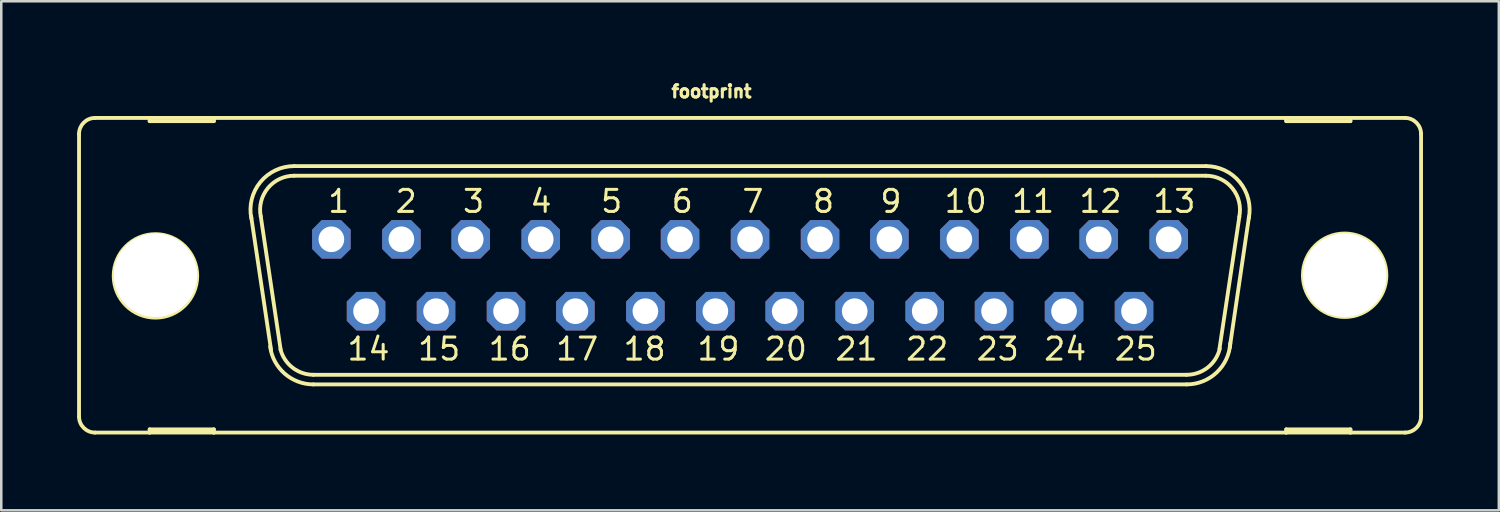
<source format=kicad_pcb>
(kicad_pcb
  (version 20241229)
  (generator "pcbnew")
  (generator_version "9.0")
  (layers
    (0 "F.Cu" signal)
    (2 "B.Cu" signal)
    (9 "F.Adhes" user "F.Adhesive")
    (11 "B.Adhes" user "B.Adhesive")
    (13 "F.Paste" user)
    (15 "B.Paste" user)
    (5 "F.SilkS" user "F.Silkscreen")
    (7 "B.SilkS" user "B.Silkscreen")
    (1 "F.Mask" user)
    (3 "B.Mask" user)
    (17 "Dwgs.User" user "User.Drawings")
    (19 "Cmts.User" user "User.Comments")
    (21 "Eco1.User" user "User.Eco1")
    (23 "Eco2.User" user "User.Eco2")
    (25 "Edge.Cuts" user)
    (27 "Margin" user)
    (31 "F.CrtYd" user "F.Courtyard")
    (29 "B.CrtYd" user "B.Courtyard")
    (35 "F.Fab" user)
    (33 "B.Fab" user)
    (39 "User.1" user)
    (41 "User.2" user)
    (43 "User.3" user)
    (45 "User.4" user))
  (footprint "footprint"
    (layer "F.Cu")
    (at 26.619 7.838)
    (property "Reference" "footprint" (at -3.175 -6.985 0) (layer "F.SilkS") (effects (font (size 0.488 0.488) (thickness 0.122)) (justify left bottom)))
    (fp_line (start -26.543 -5.588) (end -26.543 5.588) (stroke (width 0.152) (type solid)) (layer "F.SilkS"))
    (fp_line (start -25.908 6.223) (end -23.749 6.223) (stroke (width 0.152) (type solid)) (layer "F.SilkS"))
    (fp_line (start -23.749 -6.223) (end -25.908 -6.223) (stroke (width 0.152) (type solid)) (layer "F.SilkS"))
    (fp_line (start -23.749 -6.223) (end -23.749 -6.096) (stroke (width 0.152) (type solid)) (layer "F.SilkS"))
    (fp_line (start -23.749 -6.096) (end -21.209 -6.096) (stroke (width 0.152) (type solid)) (layer "F.SilkS"))
    (fp_line (start -23.749 6.096) (end -21.209 6.096) (stroke (width 0.152) (type solid)) (layer "F.SilkS"))
    (fp_line (start -23.749 6.223) (end -23.749 6.096) (stroke (width 0.152) (type solid)) (layer "F.SilkS"))
    (fp_line (start -23.749 6.223) (end -21.209 6.223) (stroke (width 0.152) (type solid)) (layer "F.SilkS"))
    (fp_line (start -21.209 -6.223) (end -23.749 -6.223) (stroke (width 0.152) (type solid)) (layer "F.SilkS"))
    (fp_line (start -21.209 -6.096) (end -21.209 -6.223) (stroke (width 0.152) (type solid)) (layer "F.SilkS"))
    (fp_line (start -21.209 6.096) (end -21.209 6.223) (stroke (width 0.152) (type solid)) (layer "F.SilkS"))
    (fp_line (start -21.209 6.223) (end 21.209 6.223) (stroke (width 0.152) (type solid)) (layer "F.SilkS"))
    (fp_line (start -18.948 2.946) (end -19.736 -2.337) (stroke (width 0.152) (type solid)) (layer "F.SilkS"))
    (fp_line (start -18.567 2.946) (end -19.355 -2.337) (stroke (width 0.152) (type solid)) (layer "F.SilkS"))
    (fp_line (start -18.034 -4.318) (end 18.034 -4.318) (stroke (width 0.152) (type solid)) (layer "F.SilkS"))
    (fp_line (start -18.034 -3.937) (end 18.034 -3.937) (stroke (width 0.152) (type solid)) (layer "F.SilkS"))
    (fp_line (start -17.272 3.937) (end 17.272 3.937) (stroke (width 0.152) (type solid)) (layer "F.SilkS"))
    (fp_line (start -17.272 4.318) (end 17.272 4.318) (stroke (width 0.152) (type solid)) (layer "F.SilkS"))
    (fp_line (start 19.355 -2.311) (end 18.567 2.921) (stroke (width 0.152) (type solid)) (layer "F.SilkS"))
    (fp_line (start 19.736 -2.311) (end 18.974 2.87) (stroke (width 0.152) (type solid)) (layer "F.SilkS"))
    (fp_line (start 21.209 -6.223) (end -21.209 -6.223) (stroke (width 0.152) (type solid)) (layer "F.SilkS"))
    (fp_line (start 21.209 -6.223) (end 21.209 -6.096) (stroke (width 0.152) (type solid)) (layer "F.SilkS"))
    (fp_line (start 21.209 -6.096) (end 23.749 -6.096) (stroke (width 0.152) (type solid)) (layer "F.SilkS"))
    (fp_line (start 21.209 6.096) (end 23.749 6.096) (stroke (width 0.152) (type solid)) (layer "F.SilkS"))
    (fp_line (start 21.209 6.223) (end 21.209 6.096) (stroke (width 0.152) (type solid)) (layer "F.SilkS"))
    (fp_line (start 21.209 6.223) (end 23.749 6.223) (stroke (width 0.152) (type solid)) (layer "F.SilkS"))
    (fp_line (start 23.749 -6.223) (end 21.209 -6.223) (stroke (width 0.152) (type solid)) (layer "F.SilkS"))
    (fp_line (start 23.749 -6.096) (end 23.749 -6.223) (stroke (width 0.152) (type solid)) (layer "F.SilkS"))
    (fp_line (start 23.749 6.096) (end 23.749 6.223) (stroke (width 0.152) (type solid)) (layer "F.SilkS"))
    (fp_line (start 23.749 6.223) (end 25.908 6.223) (stroke (width 0.152) (type solid)) (layer "F.SilkS"))
    (fp_line (start 25.908 -6.223) (end 23.749 -6.223) (stroke (width 0.152) (type solid)) (layer "F.SilkS"))
    (fp_line (start 26.543 -5.588) (end 26.543 5.588) (stroke (width 0.152) (type solid)) (layer "F.SilkS"))
    (fp_arc (start -26.543 -5.588) (mid -26.357013 -6.037013) (end -25.908 -6.223) (stroke (width 0.1524) (type solid)) (layer "F.SilkS"))
    (fp_arc (start -25.908 6.223) (mid -26.357013 6.037013) (end -26.543 5.588) (stroke (width 0.1524) (type solid)) (layer "F.SilkS"))
    (fp_arc (start -19.7277 -2.2521) (mid -19.369716 -3.685842) (end -18.033998 -4.318) (stroke (width 0.1524) (type solid)) (layer "F.SilkS"))
    (fp_arc (start -19.3541 -2.3268) (mid -19.075082 -3.444284) (end -18.034 -3.937) (stroke (width 0.1524) (type solid)) (layer "F.SilkS"))
    (fp_arc (start -17.272 3.937) (mid -18.0955 3.655745) (end -18.5749 2.9295) (stroke (width 0.1524) (type solid)) (layer "F.SilkS"))
    (fp_arc (start -17.271999 4.318001) (mid -18.409711 3.890313) (end -18.984 2.8191) (stroke (width 0.1524) (type solid)) (layer "F.SilkS"))
    (fp_arc (start 18.034 -4.318) (mid 19.369813 -3.685866) (end 19.727999 -2.252098) (stroke (width 0.1524) (type solid)) (layer "F.SilkS"))
    (fp_arc (start 18.034 -3.937) (mid 19.082557 -3.435183) (end 19.349499 -2.303798) (stroke (width 0.1524) (type solid)) (layer "F.SilkS"))
    (fp_arc (start 18.580701 2.904999) (mid 18.105257 3.647874) (end 17.272 3.937) (stroke (width 0.1524) (type solid)) (layer "F.SilkS"))
    (fp_arc (start 18.9963 2.6849) (mid 18.459366 3.844828) (end 17.272 4.318) (stroke (width 0.1524) (type solid)) (layer "F.SilkS"))
    (fp_arc (start 25.908 -6.223) (mid 26.357013 -6.037013) (end 26.543 -5.588) (stroke (width 0.1524) (type solid)) (layer "F.SilkS"))
    (fp_arc (start 26.543 5.588) (mid 26.357013 6.037013) (end 25.908 6.223) (stroke (width 0.1524) (type solid)) (layer "F.SilkS"))
    (fp_circle (center -23.52 0.025) (end -21.869 0.025) (stroke (width 0.152) (type solid)) (fill no) (layer "F.SilkS"))
    (fp_circle (center 23.52 0) (end 25.171 0) (stroke (width 0.152) (type solid)) (fill no) (layer "F.SilkS"))
    (fp_circle (center -16.561 -1.422) (end -16.307 -1.422) (stroke (width 0.406) (type solid)) (fill no) (layer "F.Fab"))
    (fp_circle (center -15.189 1.422) (end -14.935 1.422) (stroke (width 0.406) (type solid)) (fill no) (layer "F.Fab"))
    (fp_circle (center -13.792 -1.422) (end -13.538 -1.422) (stroke (width 0.406) (type solid)) (fill no) (layer "F.Fab"))
    (fp_circle (center -12.421 1.422) (end -12.167 1.422) (stroke (width 0.406) (type solid)) (fill no) (layer "F.Fab"))
    (fp_circle (center -11.049 -1.422) (end -10.795 -1.422) (stroke (width 0.406) (type solid)) (fill no) (layer "F.Fab"))
    (fp_circle (center -9.652 1.422) (end -9.398 1.422) (stroke (width 0.406) (type solid)) (fill no) (layer "F.Fab"))
    (fp_circle (center -8.28 -1.422) (end -8.026 -1.422) (stroke (width 0.406) (type solid)) (fill no) (layer "F.Fab"))
    (fp_circle (center -6.909 1.422) (end -6.655 1.422) (stroke (width 0.406) (type solid)) (fill no) (layer "F.Fab"))
    (fp_circle (center -5.512 -1.422) (end -5.258 -1.422) (stroke (width 0.406) (type solid)) (fill no) (layer "F.Fab"))
    (fp_circle (center -4.14 1.422) (end -3.886 1.422) (stroke (width 0.406) (type solid)) (fill no) (layer "F.Fab"))
    (fp_circle (center -2.769 -1.422) (end -2.515 -1.422) (stroke (width 0.406) (type solid)) (fill no) (layer "F.Fab"))
    (fp_circle (center -1.372 1.422) (end -1.118 1.422) (stroke (width 0.406) (type solid)) (fill no) (layer "F.Fab"))
    (fp_circle (center 0 -1.422) (end 0.254 -1.422) (stroke (width 0.406) (type solid)) (fill no) (layer "F.Fab"))
    (fp_circle (center 1.372 1.422) (end 1.626 1.422) (stroke (width 0.406) (type solid)) (fill no) (layer "F.Fab"))
    (fp_circle (center 2.769 -1.422) (end 3.023 -1.422) (stroke (width 0.406) (type solid)) (fill no) (layer "F.Fab"))
    (fp_circle (center 4.14 1.422) (end 4.394 1.422) (stroke (width 0.406) (type solid)) (fill no) (layer "F.Fab"))
    (fp_circle (center 5.512 -1.422) (end 5.766 -1.422) (stroke (width 0.406) (type solid)) (fill no) (layer "F.Fab"))
    (fp_circle (center 6.909 1.422) (end 7.163 1.422) (stroke (width 0.406) (type solid)) (fill no) (layer "F.Fab"))
    (fp_circle (center 8.28 -1.422) (end 8.534 -1.422) (stroke (width 0.406) (type solid)) (fill no) (layer "F.Fab"))
    (fp_circle (center 9.652 1.422) (end 9.906 1.422) (stroke (width 0.406) (type solid)) (fill no) (layer "F.Fab"))
    (fp_circle (center 11.049 -1.422) (end 11.303 -1.422) (stroke (width 0.406) (type solid)) (fill no) (layer "F.Fab"))
    (fp_circle (center 12.421 1.422) (end 12.675 1.422) (stroke (width 0.406) (type solid)) (fill no) (layer "F.Fab"))
    (fp_circle (center 13.792 -1.422) (end 14.046 -1.422) (stroke (width 0.406) (type solid)) (fill no) (layer "F.Fab"))
    (fp_circle (center 15.189 1.422) (end 15.443 1.422) (stroke (width 0.406) (type solid)) (fill no) (layer "F.Fab"))
    (fp_circle (center 16.561 -1.422) (end 16.815 -1.422) (stroke (width 0.406) (type solid)) (fill no) (layer "F.Fab"))
    (fp_text user "2" (at -14.097 -2.413 0) (layer "F.SilkS") (effects (font (size 0.872 0.872) (thickness 0.119)) (justify left bottom)))
    (fp_text user "13" (at 15.875 -2.413 0) (layer "F.SilkS") (effects (font (size 0.872 0.872) (thickness 0.119)) (justify left bottom)))
    (fp_text user "1" (at -16.764 -2.413 0) (layer "F.SilkS") (effects (font (size 0.872 0.872) (thickness 0.119)) (justify left bottom)))
    (fp_text user "3" (at -11.43 -2.413 0) (layer "F.SilkS") (effects (font (size 0.872 0.872) (thickness 0.119)) (justify left bottom)))
    (fp_text user "21" (at 3.302 3.429 0) (layer "F.SilkS") (effects (font (size 0.872 0.872) (thickness 0.119)) (justify left bottom)))
    (fp_text user "15" (at -13.208 3.429 0) (layer "F.SilkS") (effects (font (size 0.872 0.872) (thickness 0.119)) (justify left bottom)))
    (fp_text user "6" (at -3.175 -2.413 0) (layer "F.SilkS") (effects (font (size 0.872 0.872) (thickness 0.119)) (justify left bottom)))
    (fp_text user "10" (at 7.62 -2.413 0) (layer "F.SilkS") (effects (font (size 0.872 0.872) (thickness 0.119)) (justify left bottom)))
    (fp_text user "4" (at -8.763 -2.413 0) (layer "F.SilkS") (effects (font (size 0.872 0.872) (thickness 0.119)) (justify left bottom)))
    (fp_text user "19" (at -2.159 3.429 0) (layer "F.SilkS") (effects (font (size 0.872 0.872) (thickness 0.119)) (justify left bottom)))
    (fp_text user "20" (at 0.508 3.429 0) (layer "F.SilkS") (effects (font (size 0.872 0.872) (thickness 0.119)) (justify left bottom)))
    (fp_text user "22" (at 6.096 3.429 0) (layer "F.SilkS") (effects (font (size 0.872 0.872) (thickness 0.119)) (justify left bottom)))
    (fp_text user "7" (at -0.381 -2.413 0) (layer "F.SilkS") (effects (font (size 0.872 0.872) (thickness 0.119)) (justify left bottom)))
    (fp_text user "11" (at 10.287 -2.413 0) (layer "F.SilkS") (effects (font (size 0.872 0.872) (thickness 0.119)) (justify left bottom)))
    (fp_text user "12" (at 12.954 -2.413 0) (layer "F.SilkS") (effects (font (size 0.872 0.872) (thickness 0.119)) (justify left bottom)))
    (fp_text user "14" (at -16.002 3.429 0) (layer "F.SilkS") (effects (font (size 0.872 0.872) (thickness 0.119)) (justify left bottom)))
    (fp_text user "5" (at -5.969 -2.413 0) (layer "F.SilkS") (effects (font (size 0.872 0.872) (thickness 0.119)) (justify left bottom)))
    (fp_text user "17" (at -7.747 3.429 0) (layer "F.SilkS") (effects (font (size 0.872 0.872) (thickness 0.119)) (justify left bottom)))
    (fp_text user "24" (at 11.557 3.429 0) (layer "F.SilkS") (effects (font (size 0.872 0.872) (thickness 0.119)) (justify left bottom)))
    (fp_text user "25" (at 14.351 3.429 0) (layer "F.SilkS") (effects (font (size 0.872 0.872) (thickness 0.119)) (justify left bottom)))
    (fp_text user "23" (at 8.89 3.429 0) (layer "F.SilkS") (effects (font (size 0.872 0.872) (thickness 0.119)) (justify left bottom)))
    (fp_text user "9" (at 5.08 -2.413 0) (layer "F.SilkS") (effects (font (size 0.872 0.872) (thickness 0.119)) (justify left bottom)))
    (fp_text user "18" (at -5.08 3.429 0) (layer "F.SilkS") (effects (font (size 0.872 0.872) (thickness 0.119)) (justify left bottom)))
    (fp_text user "16" (at -10.414 3.429 0) (layer "F.SilkS") (effects (font (size 0.872 0.872) (thickness 0.119)) (justify left bottom)))
    (fp_text user "8" (at 2.413 -2.413 0) (layer "F.SilkS") (effects (font (size 0.872 0.872) (thickness 0.119)) (justify left bottom)))
    (pad "" np_thru_hole circle (at -23.52 0) (size 3.302 3.302) (drill 3.302) (layers "*.Cu" "*.Mask"))
    (pad "" np_thru_hole circle (at 23.52 0) (size 3.302 3.302) (drill 3.302) (layers "*.Cu" "*.Mask"))
    (pad "1" thru_hole roundrect (at -16.561 -1.422) (size 1.524 1.524) (drill 1.016) (layers "*.Cu" "*.Mask") (roundrect_rratio 0.25) (chamfer_ratio 0.25) (chamfer top_left top_right bottom_left bottom_right))
    (pad "2" thru_hole roundrect (at -13.792 -1.422) (size 1.524 1.524) (drill 1.016) (layers "*.Cu" "*.Mask") (roundrect_rratio 0.25) (chamfer_ratio 0.25) (chamfer top_left top_right bottom_left bottom_right))
    (pad "3" thru_hole roundrect (at -11.049 -1.422) (size 1.524 1.524) (drill 1.016) (layers "*.Cu" "*.Mask") (roundrect_rratio 0.25) (chamfer_ratio 0.25) (chamfer top_left top_right bottom_left bottom_right))
    (pad "4" thru_hole roundrect (at -8.28 -1.422) (size 1.524 1.524) (drill 1.016) (layers "*.Cu" "*.Mask") (roundrect_rratio 0.25) (chamfer_ratio 0.25) (chamfer top_left top_right bottom_left bottom_right))
    (pad "5" thru_hole roundrect (at -5.512 -1.422) (size 1.524 1.524) (drill 1.016) (layers "*.Cu" "*.Mask") (roundrect_rratio 0.25) (chamfer_ratio 0.25) (chamfer top_left top_right bottom_left bottom_right))
    (pad "6" thru_hole roundrect (at -2.769 -1.422) (size 1.524 1.524) (drill 1.016) (layers "*.Cu" "*.Mask") (roundrect_rratio 0.25) (chamfer_ratio 0.25) (chamfer top_left top_right bottom_left bottom_right))
    (pad "7" thru_hole roundrect (at 0 -1.422) (size 1.524 1.524) (drill 1.016) (layers "*.Cu" "*.Mask") (roundrect_rratio 0.25) (chamfer_ratio 0.25) (chamfer top_left top_right bottom_left bottom_right))
    (pad "8" thru_hole roundrect (at 2.769 -1.422) (size 1.524 1.524) (drill 1.016) (layers "*.Cu" "*.Mask") (roundrect_rratio 0.25) (chamfer_ratio 0.25) (chamfer top_left top_right bottom_left bottom_right))
    (pad "9" thru_hole roundrect (at 5.512 -1.422) (size 1.524 1.524) (drill 1.016) (layers "*.Cu" "*.Mask") (roundrect_rratio 0.25) (chamfer_ratio 0.25) (chamfer top_left top_right bottom_left bottom_right))
    (pad "10" thru_hole roundrect (at 8.28 -1.422) (size 1.524 1.524) (drill 1.016) (layers "*.Cu" "*.Mask") (roundrect_rratio 0.25) (chamfer_ratio 0.25) (chamfer top_left top_right bottom_left bottom_right))
    (pad "11" thru_hole roundrect (at 11.049 -1.422) (size 1.524 1.524) (drill 1.016) (layers "*.Cu" "*.Mask") (roundrect_rratio 0.25) (chamfer_ratio 0.25) (chamfer top_left top_right bottom_left bottom_right))
    (pad "12" thru_hole roundrect (at 13.792 -1.422) (size 1.524 1.524) (drill 1.016) (layers "*.Cu" "*.Mask") (roundrect_rratio 0.25) (chamfer_ratio 0.25) (chamfer top_left top_right bottom_left bottom_right))
    (pad "13" thru_hole roundrect (at 16.561 -1.422) (size 1.524 1.524) (drill 1.016) (layers "*.Cu" "*.Mask") (roundrect_rratio 0.25) (chamfer_ratio 0.25) (chamfer top_left top_right bottom_left bottom_right))
    (pad "14" thru_hole roundrect (at -15.189 1.422) (size 1.524 1.524) (drill 1.016) (layers "*.Cu" "*.Mask") (roundrect_rratio 0.25) (chamfer_ratio 0.25) (chamfer top_left top_right bottom_left bottom_right))
    (pad "15" thru_hole roundrect (at -12.421 1.422) (size 1.524 1.524) (drill 1.016) (layers "*.Cu" "*.Mask") (roundrect_rratio 0.25) (chamfer_ratio 0.25) (chamfer top_left top_right bottom_left bottom_right))
    (pad "16" thru_hole roundrect (at -9.652 1.422) (size 1.524 1.524) (drill 1.016) (layers "*.Cu" "*.Mask") (roundrect_rratio 0.25) (chamfer_ratio 0.25) (chamfer top_left top_right bottom_left bottom_right))
    (pad "17" thru_hole roundrect (at -6.909 1.422) (size 1.524 1.524) (drill 1.016) (layers "*.Cu" "*.Mask") (roundrect_rratio 0.25) (chamfer_ratio 0.25) (chamfer top_left top_right bottom_left bottom_right))
    (pad "18" thru_hole roundrect (at -4.14 1.422) (size 1.524 1.524) (drill 1.016) (layers "*.Cu" "*.Mask") (roundrect_rratio 0.25) (chamfer_ratio 0.25) (chamfer top_left top_right bottom_left bottom_right))
    (pad "19" thru_hole roundrect (at -1.372 1.422) (size 1.524 1.524) (drill 1.016) (layers "*.Cu" "*.Mask") (roundrect_rratio 0.25) (chamfer_ratio 0.25) (chamfer top_left top_right bottom_left bottom_right))
    (pad "20" thru_hole roundrect (at 1.372 1.422) (size 1.524 1.524) (drill 1.016) (layers "*.Cu" "*.Mask") (roundrect_rratio 0.25) (chamfer_ratio 0.25) (chamfer top_left top_right bottom_left bottom_right))
    (pad "21" thru_hole roundrect (at 4.14 1.422) (size 1.524 1.524) (drill 1.016) (layers "*.Cu" "*.Mask") (roundrect_rratio 0.25) (chamfer_ratio 0.25) (chamfer top_left top_right bottom_left bottom_right))
    (pad "22" thru_hole roundrect (at 6.909 1.422) (size 1.524 1.524) (drill 1.016) (layers "*.Cu" "*.Mask") (roundrect_rratio 0.25) (chamfer_ratio 0.25) (chamfer top_left top_right bottom_left bottom_right))
    (pad "23" thru_hole roundrect (at 9.652 1.422) (size 1.524 1.524) (drill 1.016) (layers "*.Cu" "*.Mask") (roundrect_rratio 0.25) (chamfer_ratio 0.25) (chamfer top_left top_right bottom_left bottom_right))
    (pad "24" thru_hole roundrect (at 12.421 1.422) (size 1.524 1.524) (drill 1.016) (layers "*.Cu" "*.Mask") (roundrect_rratio 0.25) (chamfer_ratio 0.25) (chamfer top_left top_right bottom_left bottom_right))
    (pad "25" thru_hole roundrect (at 15.189 1.422) (size 1.524 1.524) (drill 1.016) (layers "*.Cu" "*.Mask") (roundrect_rratio 0.25) (chamfer_ratio 0.25) (chamfer top_left top_right bottom_left bottom_right))
    (zone (net_name "") (layers "F.Cu" "B.Cu") (hatch edge 0.508) (connect_pads) (min_thickness 0.254) (filled_areas_thickness no) (keepout (tracks allowed) (vias not_allowed) (pads allowed) (copperpour allowed) (footprints allowed)) (placement (enabled no)) (fill) (polygon (pts (xy 5.766 7.838) (xy 5.725 7.375) (xy 5.605 6.926) (xy 5.408 6.505) (xy 5.142 6.124) (xy 4.813 5.795) (xy 4.432 5.529) (xy 4.011 5.332) (xy 3.562 5.212) (xy 3.099 5.171) (xy 2.636 5.212) (xy 2.187 5.332) (xy 1.765 5.529) (xy 1.384 5.795) (xy 1.056 6.124) (xy 0.789 6.505) (xy 0.593 6.926) (xy 0.472 7.375) (xy 0.432 7.838) (xy 0.472 8.302) (xy 0.593 8.751) (xy 0.789 9.172) (xy 1.056 9.553) (xy 1.384 9.881) (xy 1.765 10.148) (xy 2.187 10.345) (xy 2.636 10.465) (xy 3.099 10.505) (xy 3.562 10.465) (xy 4.011 10.345) (xy 4.432 10.148) (xy 4.813 9.881) (xy 5.142 9.553) (xy 5.408 9.172) (xy 5.605 8.751) (xy 5.725 8.302))))
    (zone (net_name "") (layers "F.Cu" "B.Cu") (hatch edge 0.508) (connect_pads) (min_thickness 0.254) (filled_areas_thickness no) (keepout (tracks allowed) (vias not_allowed) (pads allowed) (copperpour allowed) (footprints allowed)) (placement (enabled no)) (fill) (polygon (pts (xy 52.807 7.838) (xy 52.766 7.375) (xy 52.646 6.926) (xy 52.449 6.505) (xy 52.183 6.124) (xy 51.854 5.795) (xy 51.473 5.529) (xy 51.052 5.332) (xy 50.603 5.212) (xy 50.14 5.171) (xy 49.676 5.212) (xy 49.227 5.332) (xy 48.806 5.529) (xy 48.425 5.795) (xy 48.097 6.124) (xy 47.83 6.505) (xy 47.633 6.926) (xy 47.513 7.375) (xy 47.473 7.838) (xy 47.513 8.302) (xy 47.633 8.751) (xy 47.83 9.172) (xy 48.097 9.553) (xy 48.425 9.881) (xy 48.806 10.148) (xy 49.227 10.345) (xy 49.676 10.465) (xy 50.14 10.505) (xy 50.603 10.465) (xy 51.052 10.345) (xy 51.473 10.148) (xy 51.854 9.881) (xy 52.183 9.553) (xy 52.449 9.172) (xy 52.646 8.751) (xy 52.766 8.302))))
    (zone (net_name "") (layer "B.Cu") (hatch edge 0.508) (connect_pads) (min_thickness 0.254) (filled_areas_thickness no) (keepout (tracks not_allowed) (vias not_allowed) (pads not_allowed) (copperpour not_allowed) (footprints allowed)) (placement (enabled no)) (fill) (polygon (pts (xy 5.766 7.838) (xy 5.725 7.375) (xy 5.605 6.926) (xy 5.408 6.505) (xy 5.142 6.124) (xy 4.813 5.795) (xy 4.432 5.529) (xy 4.011 5.332) (xy 3.562 5.212) (xy 3.099 5.171) (xy 2.636 5.212) (xy 2.187 5.332) (xy 1.765 5.529) (xy 1.384 5.795) (xy 1.056 6.124) (xy 0.789 6.505) (xy 0.593 6.926) (xy 0.472 7.375) (xy 0.432 7.838) (xy 0.472 8.302) (xy 0.593 8.751) (xy 0.789 9.172) (xy 1.056 9.553) (xy 1.384 9.881) (xy 1.765 10.148) (xy 2.187 10.345) (xy 2.636 10.465) (xy 3.099 10.505) (xy 3.562 10.465) (xy 4.011 10.345) (xy 4.432 10.148) (xy 4.813 9.881) (xy 5.142 9.553) (xy 5.408 9.172) (xy 5.605 8.751) (xy 5.725 8.302))))
    (zone (net_name "") (layer "B.Cu") (hatch edge 0.508) (connect_pads) (min_thickness 0.254) (filled_areas_thickness no) (keepout (tracks not_allowed) (vias not_allowed) (pads not_allowed) (copperpour not_allowed) (footprints allowed)) (placement (enabled no)) (fill) (polygon (pts (xy 52.807 7.838) (xy 52.766 7.375) (xy 52.646 6.926) (xy 52.449 6.505) (xy 52.183 6.124) (xy 51.854 5.795) (xy 51.473 5.529) (xy 51.052 5.332) (xy 50.603 5.212) (xy 50.14 5.171) (xy 49.676 5.212) (xy 49.227 5.332) (xy 48.806 5.529) (xy 48.425 5.795) (xy 48.097 6.124) (xy 47.83 6.505) (xy 47.633 6.926) (xy 47.513 7.375) (xy 47.473 7.838) (xy 47.513 8.302) (xy 47.633 8.751) (xy 47.83 9.172) (xy 48.097 9.553) (xy 48.425 9.881) (xy 48.806 10.148) (xy 49.227 10.345) (xy 49.676 10.465) (xy 50.14 10.505) (xy 50.603 10.465) (xy 51.052 10.345) (xy 51.473 10.148) (xy 51.854 9.881) (xy 52.183 9.553) (xy 52.449 9.172) (xy 52.646 8.751) (xy 52.766 8.302)))))
  (gr_rect
    (start -3 -3)
    (end 56.238 17.138)
    (stroke (width 0.1) (type default))
    (fill no)
    (layer "Edge.Cuts")))
</source>
